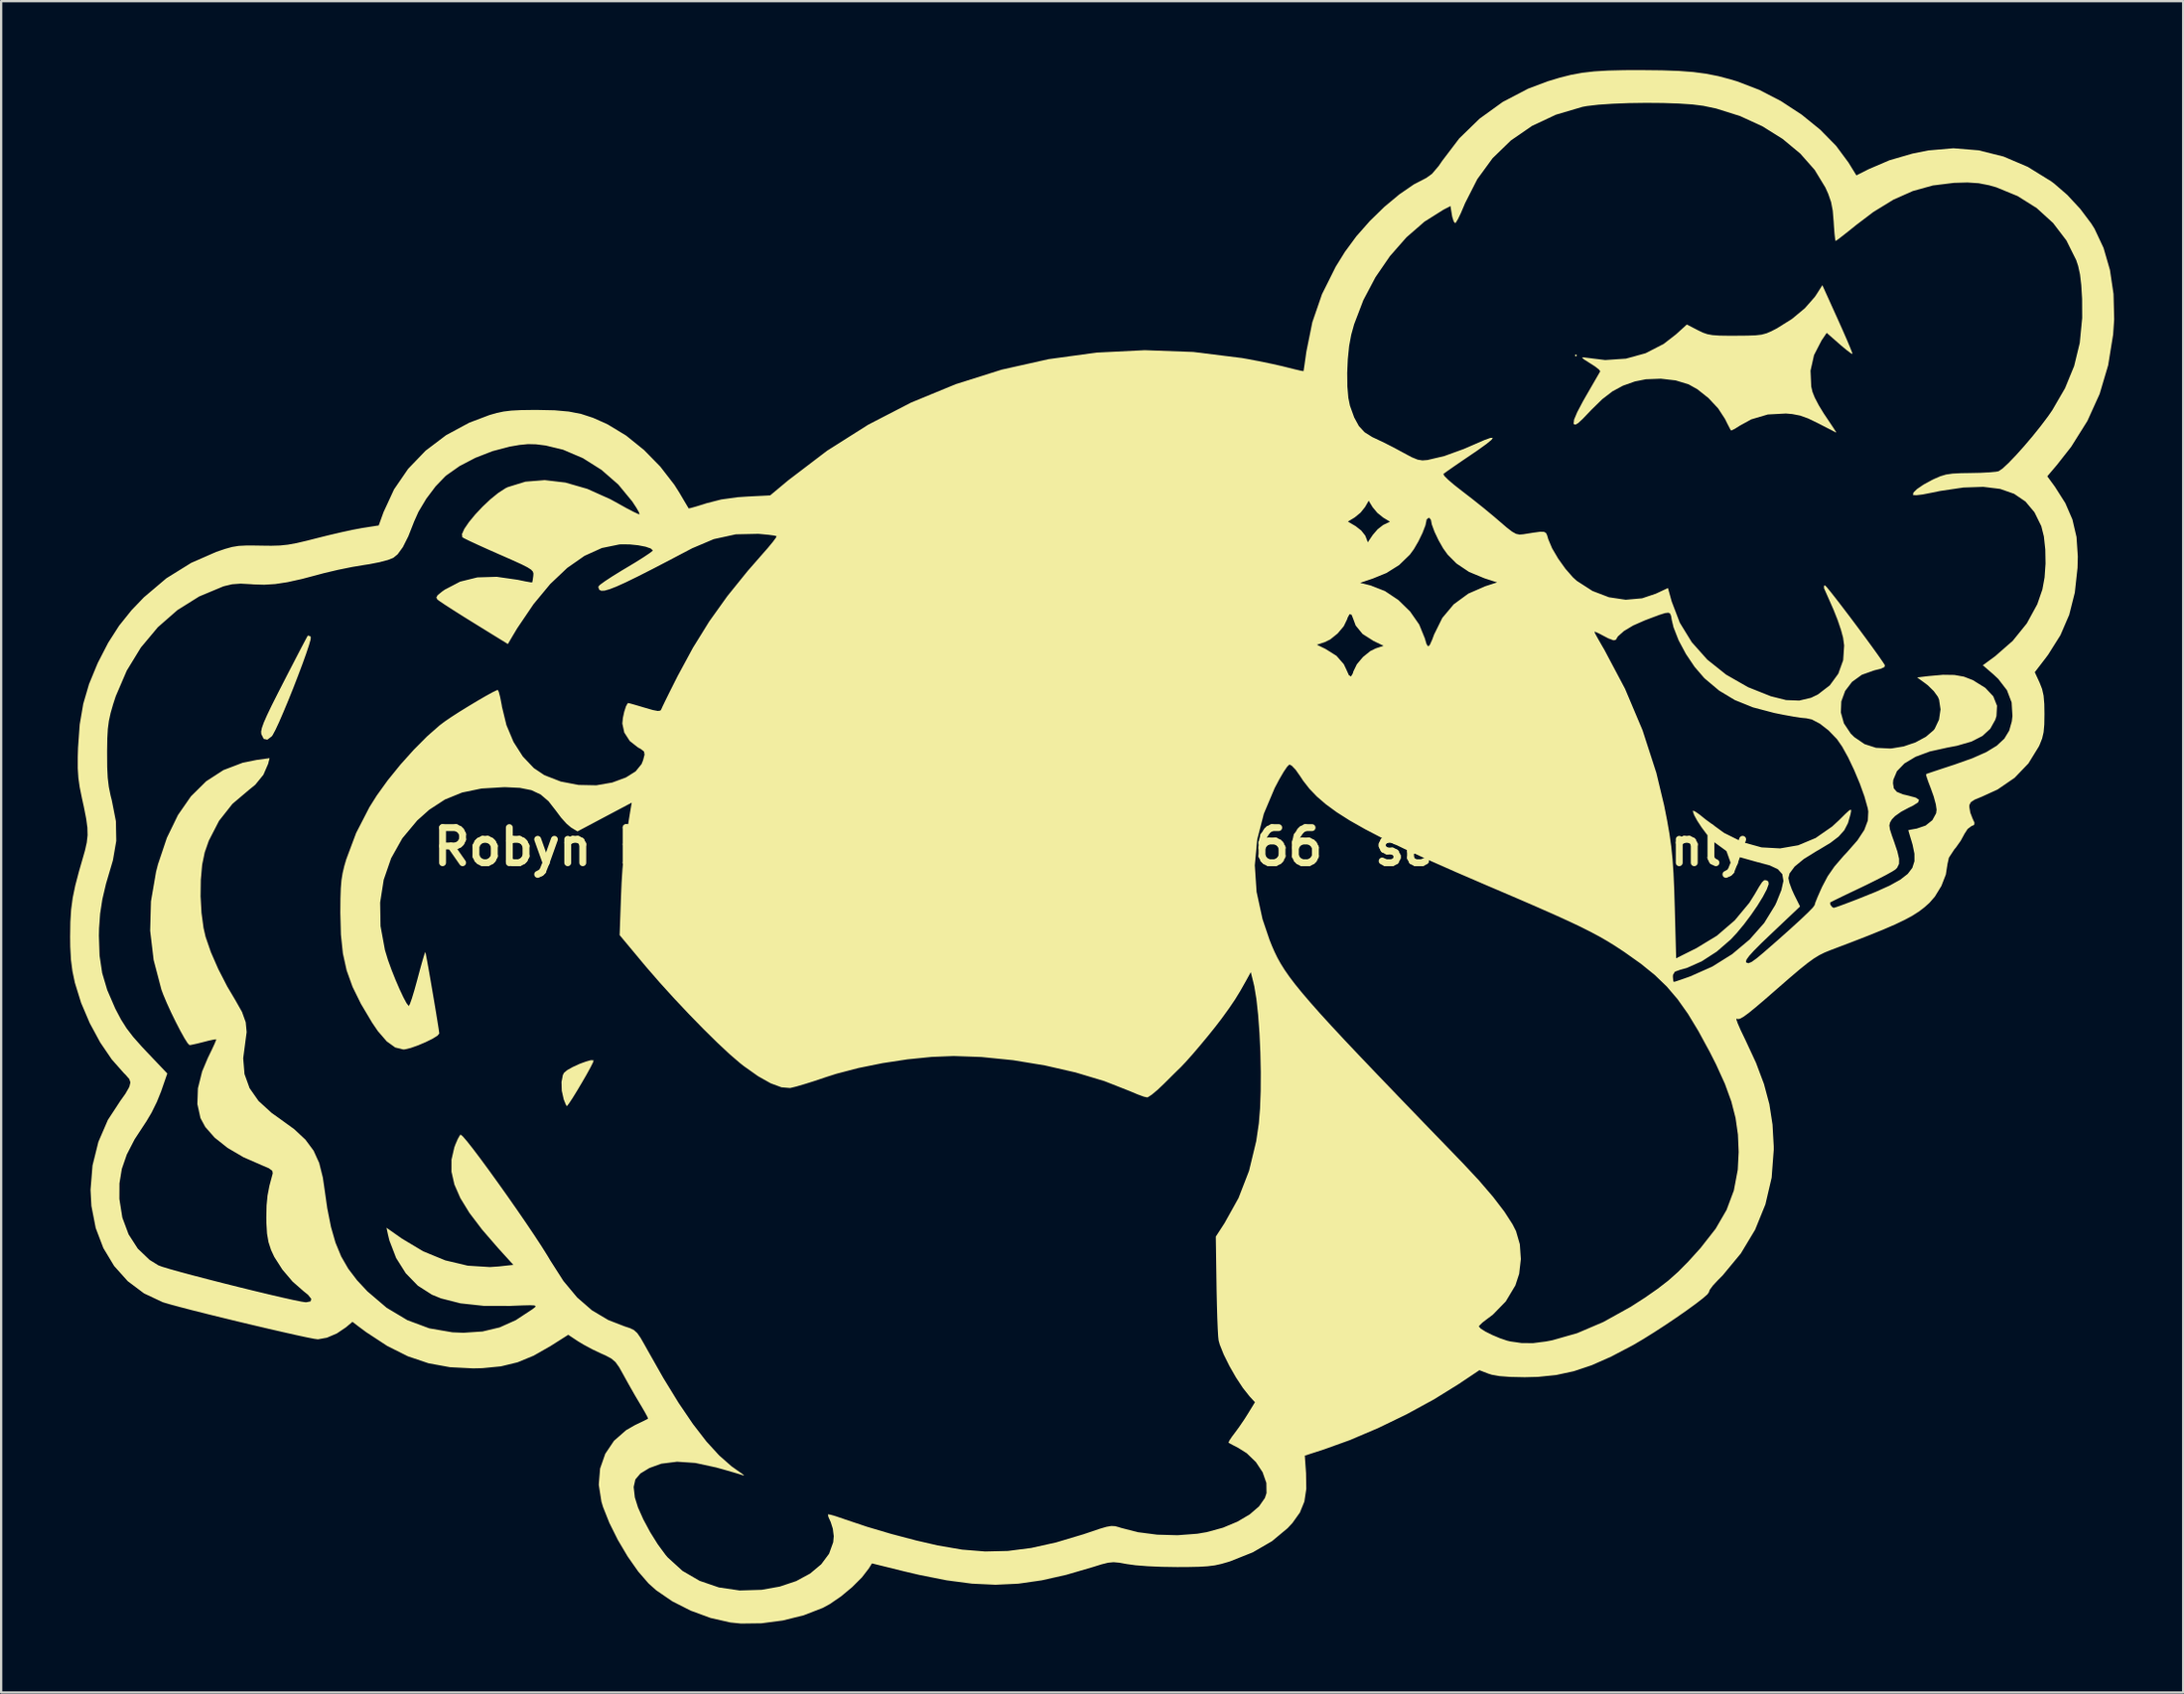
<source format=kicad_pcb>
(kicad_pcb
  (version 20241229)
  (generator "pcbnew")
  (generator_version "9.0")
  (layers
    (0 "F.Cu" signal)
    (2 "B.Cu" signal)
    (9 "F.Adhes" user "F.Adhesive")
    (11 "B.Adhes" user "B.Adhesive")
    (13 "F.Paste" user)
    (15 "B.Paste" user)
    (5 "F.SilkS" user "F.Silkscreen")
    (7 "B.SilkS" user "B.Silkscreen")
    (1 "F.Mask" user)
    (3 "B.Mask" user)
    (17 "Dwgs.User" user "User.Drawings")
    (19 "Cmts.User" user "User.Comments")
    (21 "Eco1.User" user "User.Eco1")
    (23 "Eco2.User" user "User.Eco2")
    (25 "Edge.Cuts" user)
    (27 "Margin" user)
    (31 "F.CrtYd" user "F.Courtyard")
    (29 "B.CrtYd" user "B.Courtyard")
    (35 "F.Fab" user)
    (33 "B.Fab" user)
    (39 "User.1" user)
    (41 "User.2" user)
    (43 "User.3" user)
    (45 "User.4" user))
  (footprint "Robyn Edit Silkscreen 3.5 x 2.66  selection only"
    (layer "F.Cu")
    (at 44.389 33.781)
    (property "Reference" "Robyn Edit Silkscreen 3.5 x 2.66  selection only" (at 0 0 0) (layer "F.SilkS") (effects (font (size 1.524 1.524) (thickness 0.3))))
    (attr board_only exclude_from_pos_files exclude_from_bom)
    (fp_poly (pts (xy 21.135 -21.372) (xy 21.088 -21.325) (xy 21.04 -21.372) (xy 21.088 -21.419)) (stroke (width 0) (type solid)) (fill yes) (layer "F.SilkS"))
    (fp_poly (pts (xy -21.63 9.284) (xy -21.625 9.293) (xy -21.661 9.395) (xy -21.774 9.617) (xy -21.941 9.92) (xy -22.14 10.264) (xy -22.346 10.611) (xy -22.537 10.92) (xy -22.69 11.153) (xy -22.781 11.271) (xy -22.793 11.278) (xy -22.84 11.199) (xy -22.917 11.006) (xy -22.927 10.98) (xy -23.01 10.61) (xy -23.023 10.235) (xy -22.965 9.928) (xy -22.912 9.826) (xy -22.774 9.711) (xy -22.537 9.578) (xy -22.253 9.447) (xy -21.973 9.341) (xy -21.748 9.279)) (stroke (width 0) (type solid)) (fill yes) (layer "F.SilkS"))
    (fp_poly (pts (xy -33.971 -9.17) (xy -33.924 -9.131) (xy -33.932 -9.021) (xy -34.004 -8.767) (xy -34.127 -8.398) (xy -34.29 -7.944) (xy -34.482 -7.434) (xy -34.69 -6.898) (xy -34.904 -6.365) (xy -35.112 -5.866) (xy -35.301 -5.429) (xy -35.462 -5.084) (xy -35.581 -4.862) (xy -35.617 -4.81) (xy -35.813 -4.661) (xy -35.972 -4.695) (xy -36.076 -4.903) (xy -36.083 -5.015) (xy -36.05 -5.175) (xy -35.969 -5.404) (xy -35.829 -5.723) (xy -35.623 -6.153) (xy -35.34 -6.715) (xy -35.116 -7.153) (xy -34.826 -7.716) (xy -34.565 -8.22) (xy -34.345 -8.643) (xy -34.179 -8.959) (xy -34.079 -9.146) (xy -34.056 -9.187)) (stroke (width 0) (type solid)) (fill yes) (layer "F.SilkS"))
    (fp_poly (pts (xy 32.476 -22.947) (xy 32.694 -22.461) (xy 32.879 -22.038) (xy 33.018 -21.706) (xy 33.1 -21.495) (xy 33.116 -21.432) (xy 33.036 -21.472) (xy 32.852 -21.612) (xy 32.599 -21.823) (xy 32.54 -21.875) (xy 31.995 -22.353) (xy 31.773 -22.026) (xy 31.443 -21.386) (xy 31.291 -20.71) (xy 31.321 -20.024) (xy 31.376 -19.786) (xy 31.477 -19.535) (xy 31.654 -19.197) (xy 31.871 -18.841) (xy 31.905 -18.791) (xy 32.144 -18.434) (xy 32.296 -18.206) (xy 32.378 -18.079) (xy 32.407 -18.027) (xy 32.402 -18.019) (xy 32.395 -18.022) (xy 32.304 -18.069) (xy 32.083 -18.183) (xy 31.774 -18.342) (xy 31.617 -18.423) (xy 31.185 -18.631) (xy 30.835 -18.756) (xy 30.491 -18.822) (xy 30.219 -18.845) (xy 29.435 -18.803) (xy 28.712 -18.59) (xy 28.218 -18.318) (xy 28 -18.181) (xy 27.856 -18.112) (xy 27.829 -18.112) (xy 27.774 -18.211) (xy 27.663 -18.427) (xy 27.575 -18.605) (xy 27.275 -19.066) (xy 26.854 -19.517) (xy 26.374 -19.899) (xy 25.989 -20.115) (xy 25.43 -20.285) (xy 24.783 -20.36) (xy 24.128 -20.335) (xy 23.652 -20.24) (xy 23.134 -20.056) (xy 22.677 -19.809) (xy 22.234 -19.468) (xy 21.754 -18.999) (xy 21.686 -18.926) (xy 21.388 -18.614) (xy 21.189 -18.43) (xy 21.068 -18.359) (xy 21.003 -18.383) (xy 20.989 -18.409) (xy 21.009 -18.58) (xy 21.143 -18.899) (xy 21.388 -19.364) (xy 21.518 -19.593) (xy 21.747 -19.989) (xy 21.941 -20.324) (xy 22.081 -20.565) (xy 22.146 -20.679) (xy 22.147 -20.681) (xy 22.092 -20.76) (xy 21.912 -20.899) (xy 21.683 -21.045) (xy 21.44 -21.199) (xy 21.353 -21.282) (xy 21.423 -21.288) (xy 22.362 -21.172) (xy 23.266 -21.233) (xy 24.119 -21.468) (xy 24.902 -21.871) (xy 25.443 -22.29) (xy 25.913 -22.717) (xy 26.389 -22.471) (xy 26.603 -22.367) (xy 26.802 -22.298) (xy 27.03 -22.256) (xy 27.332 -22.235) (xy 27.753 -22.229) (xy 28.052 -22.23) (xy 28.549 -22.234) (xy 28.904 -22.247) (xy 29.164 -22.277) (xy 29.376 -22.334) (xy 29.588 -22.425) (xy 29.835 -22.553) (xy 30.481 -22.957) (xy 31.043 -23.424) (xy 31.475 -23.915) (xy 31.557 -24.036) (xy 31.806 -24.428)) (stroke (width 0) (type solid)) (fill yes) (layer "F.SilkS"))
    (fp_poly (pts (xy 24.822 -33.772) (xy 25.563 -33.746) (xy 26.194 -33.698) (xy 26.752 -33.624) (xy 27.277 -33.52) (xy 27.808 -33.38) (xy 28.101 -33.292) (xy 29.063 -32.923) (xy 30.008 -32.433) (xy 30.904 -31.847) (xy 31.714 -31.19) (xy 32.404 -30.488) (xy 32.938 -29.767) (xy 33.286 -29.204) (xy 33.821 -29.474) (xy 34.723 -29.86) (xy 35.721 -30.15) (xy 36.405 -30.288) (xy 37.505 -30.383) (xy 38.604 -30.293) (xy 39.687 -30.022) (xy 40.74 -29.573) (xy 41.748 -28.95) (xy 41.877 -28.855) (xy 42.458 -28.352) (xy 43.02 -27.746) (xy 43.498 -27.111) (xy 43.642 -26.882) (xy 44.034 -26.046) (xy 44.311 -25.089) (xy 44.467 -24.044) (xy 44.495 -22.945) (xy 44.451 -22.288) (xy 44.233 -20.944) (xy 43.863 -19.696) (xy 43.33 -18.522) (xy 42.625 -17.398) (xy 42.008 -16.612) (xy 41.587 -16.116) (xy 41.917 -15.664) (xy 42.371 -14.95) (xy 42.68 -14.236) (xy 42.857 -13.476) (xy 42.914 -12.625) (xy 42.901 -12.131) (xy 42.783 -11.054) (xy 42.54 -10.091) (xy 42.158 -9.205) (xy 41.625 -8.358) (xy 41.509 -8.203) (xy 41.043 -7.595) (xy 41.254 -7.138) (xy 41.361 -6.865) (xy 41.426 -6.576) (xy 41.457 -6.212) (xy 41.464 -5.781) (xy 41.457 -5.321) (xy 41.427 -4.987) (xy 41.364 -4.715) (xy 41.256 -4.442) (xy 41.217 -4.36) (xy 40.766 -3.627) (xy 40.165 -3.001) (xy 39.426 -2.494) (xy 38.74 -2.18) (xy 38.432 -2.053) (xy 38.266 -1.946) (xy 38.201 -1.824) (xy 38.195 -1.742) (xy 38.239 -1.486) (xy 38.336 -1.234) (xy 38.423 -1.043) (xy 38.405 -0.951) (xy 38.287 -0.9) (xy 38.122 -0.775) (xy 37.978 -0.553) (xy 37.968 -0.531) (xy 37.822 -0.263) (xy 37.613 0.031) (xy 37.543 0.114) (xy 37.308 0.472) (xy 37.247 0.743) (xy 37.175 1.204) (xy 36.981 1.702) (xy 36.697 2.167) (xy 36.466 2.432) (xy 36.248 2.628) (xy 36.009 2.811) (xy 35.729 2.99) (xy 35.389 3.175) (xy 34.969 3.376) (xy 34.448 3.601) (xy 33.807 3.861) (xy 33.025 4.165) (xy 32.145 4.499) (xy 31.9 4.599) (xy 31.671 4.713) (xy 31.433 4.859) (xy 31.158 5.058) (xy 30.823 5.327) (xy 30.4 5.686) (xy 29.864 6.152) (xy 29.837 6.176) (xy 29.307 6.638) (xy 28.898 6.986) (xy 28.595 7.232) (xy 28.378 7.39) (xy 28.231 7.473) (xy 28.135 7.493) (xy 28.08 7.47) (xy 28.065 7.502) (xy 28.125 7.675) (xy 28.249 7.962) (xy 28.428 8.335) (xy 28.455 8.39) (xy 28.922 9.396) (xy 29.267 10.315) (xy 29.502 11.194) (xy 29.639 12.079) (xy 29.691 13.018) (xy 29.692 13.174) (xy 29.601 14.387) (xy 29.33 15.549) (xy 28.882 16.652) (xy 28.262 17.684) (xy 27.473 18.637) (xy 27.262 18.849) (xy 27.046 19.081) (xy 26.906 19.272) (xy 26.873 19.37) (xy 26.811 19.46) (xy 26.614 19.633) (xy 26.308 19.87) (xy 25.918 20.154) (xy 25.47 20.467) (xy 24.989 20.791) (xy 24.502 21.108) (xy 24.033 21.401) (xy 23.609 21.651) (xy 23.552 21.683) (xy 22.618 22.174) (xy 21.78 22.545) (xy 20.996 22.807) (xy 20.226 22.973) (xy 19.43 23.054) (xy 18.86 23.068) (xy 18.237 23.055) (xy 17.771 23.02) (xy 17.432 22.96) (xy 17.284 22.913) (xy 16.892 22.762) (xy 15.984 23.37) (xy 14.914 24.033) (xy 13.725 24.682) (xy 12.48 25.284) (xy 11.242 25.81) (xy 10.123 26.212) (xy 9.3 26.478) (xy 9.354 27.245) (xy 9.365 27.922) (xy 9.281 28.476) (xy 9.086 28.954) (xy 8.764 29.406) (xy 8.553 29.633) (xy 7.872 30.201) (xy 7.037 30.684) (xy 6.069 31.07) (xy 5.971 31.102) (xy 5.67 31.188) (xy 5.388 31.25) (xy 5.079 31.289) (xy 4.701 31.312) (xy 4.21 31.322) (xy 3.744 31.324) (xy 3.079 31.314) (xy 2.462 31.287) (xy 1.939 31.246) (xy 1.562 31.194) (xy 1.233 31.135) (xy 0.984 31.113) (xy 0.749 31.135) (xy 0.463 31.206) (xy 0.093 31.321) (xy -1.069 31.661) (xy -2.138 31.902) (xy -3.152 32.047) (xy -4.151 32.094) (xy -5.176 32.046) (xy -6.267 31.903) (xy -7.463 31.666) (xy -8.12 31.511) (xy -9.522 31.165) (xy -9.66 31.386) (xy -9.96 31.775) (xy -10.379 32.194) (xy -10.863 32.597) (xy -11.357 32.936) (xy -11.665 33.103) (xy -12.489 33.422) (xy -13.399 33.648) (xy -14.33 33.771) (xy -15.22 33.782) (xy -15.682 33.734) (xy -16.544 33.537) (xy -17.402 33.222) (xy -18.205 32.814) (xy -18.901 32.336) (xy -19.239 32.035) (xy -19.689 31.515) (xy -20.145 30.865) (xy -20.573 30.143) (xy -20.941 29.405) (xy -21.217 28.709) (xy -21.286 28.48) (xy -21.402 27.742) (xy -21.344 27.041) (xy -21.119 26.397) (xy -20.74 25.833) (xy -20.214 25.372) (xy -19.829 25.151) (xy -19.544 25.014) (xy -19.337 24.913) (xy -19.258 24.872) (xy -19.289 24.788) (xy -19.399 24.585) (xy -19.564 24.302) (xy -19.596 24.249) (xy -19.836 23.844) (xy -20.102 23.376) (xy -20.323 22.976) (xy -20.515 22.633) (xy -20.674 22.411) (xy -20.853 22.258) (xy -21.102 22.124) (xy -21.287 22.042) (xy -21.676 21.858) (xy -22.065 21.649) (xy -22.31 21.501) (xy -22.729 21.223) (xy -23.498 21.711) (xy -24.234 22.131) (xy -24.933 22.42) (xy -25.656 22.595) (xy -26.466 22.674) (xy -26.869 22.683) (xy -27.873 22.632) (xy -28.806 22.461) (xy -29.702 22.158) (xy -30.595 21.711) (xy -31.518 21.107) (xy -31.86 20.852) (xy -32.111 20.658) (xy -32.396 20.898) (xy -32.792 21.165) (xy -33.222 21.349) (xy -33.612 21.419) (xy -33.616 21.419) (xy -33.778 21.397) (xy -34.096 21.335) (xy -34.546 21.238) (xy -35.098 21.114) (xy -35.728 20.969) (xy -36.407 20.809) (xy -37.11 20.641) (xy -37.809 20.471) (xy -38.479 20.306) (xy -39.091 20.152) (xy -39.621 20.014) (xy -40.039 19.901) (xy -40.321 19.818) (xy -40.37 19.801) (xy -41.178 19.421) (xy -41.884 18.891) (xy -42.476 18.23) (xy -42.944 17.452) (xy -43.277 16.577) (xy -43.464 15.619) (xy -43.502 14.921) (xy -43.415 13.857) (xy -43.16 12.832) (xy -42.748 11.877) (xy -42.189 11.022) (xy -42.177 11.007) (xy -41.985 10.738) (xy -41.838 10.481) (xy -41.808 10.414) (xy -41.769 10.245) (xy -41.817 10.099) (xy -41.979 9.913) (xy -42.049 9.845) (xy -42.579 9.246) (xy -43.083 8.505) (xy -43.536 7.669) (xy -43.912 6.785) (xy -44.182 5.912) (xy -44.288 5.412) (xy -44.353 4.913) (xy -44.384 4.345) (xy -44.389 3.886) (xy -44.388 3.863) (xy -43.137 3.863) (xy -43.109 4.728) (xy -42.994 5.492) (xy -42.775 6.228) (xy -42.437 7.012) (xy -42.401 7.085) (xy -42.173 7.516) (xy -41.935 7.892) (xy -41.65 8.264) (xy -41.277 8.685) (xy -41.066 8.91) (xy -40.164 9.858) (xy -40.434 10.639) (xy -40.618 11.093) (xy -40.849 11.563) (xy -41.082 11.955) (xy -41.106 11.989) (xy -41.586 12.723) (xy -41.926 13.383) (xy -42.141 14.008) (xy -42.244 14.636) (xy -42.247 15.306) (xy -42.246 15.321) (xy -42.118 16.128) (xy -41.848 16.853) (xy -41.449 17.473) (xy -40.934 17.966) (xy -40.554 18.202) (xy -40.383 18.265) (xy -40.056 18.364) (xy -39.601 18.491) (xy -39.046 18.64) (xy -38.419 18.803) (xy -37.748 18.975) (xy -37.06 19.147) (xy -36.383 19.313) (xy -35.745 19.466) (xy -35.175 19.599) (xy -34.699 19.705) (xy -34.347 19.777) (xy -34.144 19.808) (xy -34.127 19.808) (xy -33.932 19.769) (xy -33.906 19.657) (xy -34.048 19.48) (xy -34.234 19.331) (xy -34.715 18.91) (xy -35.159 18.388) (xy -35.514 17.833) (xy -35.653 17.534) (xy -35.764 17.191) (xy -35.828 16.821) (xy -35.855 16.359) (xy -35.858 16.112) (xy -35.847 15.598) (xy -35.806 15.167) (xy -35.722 14.733) (xy -35.582 14.21) (xy -35.579 14.201) (xy -35.599 14.09) (xy -35.745 13.981) (xy -36.046 13.852) (xy -36.061 13.846) (xy -36.855 13.498) (xy -37.543 13.094) (xy -38.103 12.65) (xy -38.513 12.184) (xy -38.722 11.797) (xy -38.857 11.186) (xy -38.833 10.503) (xy -38.651 9.772) (xy -38.402 9.183) (xy -38.234 8.838) (xy -38.108 8.565) (xy -38.041 8.402) (xy -38.036 8.373) (xy -38.133 8.381) (xy -38.359 8.429) (xy -38.578 8.485) (xy -38.88 8.561) (xy -39.112 8.611) (xy -39.197 8.624) (xy -39.278 8.543) (xy -39.417 8.325) (xy -39.596 8.005) (xy -39.795 7.62) (xy -39.998 7.205) (xy -40.185 6.796) (xy -40.339 6.429) (xy -40.421 6.208) (xy -40.759 4.92) (xy -40.91 3.646) (xy -40.875 2.373) (xy -40.654 1.086) (xy -40.569 0.758) (xy -40.182 -0.393) (xy -39.704 -1.378) (xy -39.135 -2.198) (xy -38.474 -2.851) (xy -37.723 -3.338) (xy -36.88 -3.659) (xy -36.282 -3.779) (xy -35.717 -3.856) (xy -35.779 -3.61) (xy -35.985 -3.135) (xy -36.339 -2.7) (xy -36.616 -2.474) (xy -37.331 -1.869) (xy -37.914 -1.13) (xy -38.358 -0.268) (xy -38.537 0.241) (xy -38.648 0.776) (xy -38.707 1.433) (xy -38.717 2.151) (xy -38.677 2.87) (xy -38.588 3.528) (xy -38.499 3.913) (xy -38.269 4.579) (xy -37.945 5.32) (xy -37.56 6.069) (xy -37.209 6.661) (xy -36.914 7.181) (xy -36.753 7.629) (xy -36.713 8.056) (xy -36.762 8.426) (xy -36.863 9.198) (xy -36.806 9.883) (xy -36.586 10.496) (xy -36.195 11.054) (xy -35.625 11.574) (xy -35.296 11.808) (xy -34.647 12.278) (xy -34.158 12.735) (xy -33.803 13.213) (xy -33.559 13.75) (xy -33.401 14.381) (xy -33.348 14.738) (xy -33.209 15.712) (xy -33.047 16.529) (xy -32.849 17.219) (xy -32.603 17.815) (xy -32.295 18.348) (xy -31.913 18.85) (xy -31.462 19.334) (xy -30.623 20.049) (xy -29.726 20.585) (xy -28.773 20.941) (xy -27.766 21.115) (xy -27.282 21.134) (xy -26.453 21.078) (xy -25.713 20.901) (xy -25.009 20.585) (xy -24.289 20.112) (xy -24.262 20.092) (xy -24.172 20.02) (xy -24.145 19.972) (xy -24.206 19.946) (xy -24.377 19.937) (xy -24.685 19.944) (xy -25.153 19.962) (xy -25.258 19.967) (xy -26.41 19.964) (xy -27.414 19.855) (xy -28.265 19.638) (xy -28.657 19.478) (xy -29.269 19.087) (xy -29.795 18.546) (xy -30.213 17.883) (xy -30.504 17.125) (xy -30.563 16.885) (xy -30.632 16.567) (xy -29.953 17.044) (xy -29.035 17.593) (xy -28.074 17.987) (xy -27.098 18.218) (xy -26.135 18.278) (xy -25.756 18.252) (xy -25.116 18.182) (xy -25.785 17.445) (xy -26.481 16.64) (xy -27.025 15.923) (xy -27.422 15.276) (xy -27.681 14.684) (xy -27.807 14.131) (xy -27.806 13.602) (xy -27.686 13.08) (xy -27.643 12.961) (xy -27.533 12.706) (xy -27.441 12.545) (xy -27.406 12.516) (xy -27.312 12.595) (xy -27.127 12.81) (xy -26.867 13.14) (xy -26.547 13.564) (xy -26.182 14.06) (xy -25.787 14.608) (xy -25.377 15.185) (xy -24.967 15.771) (xy -24.573 16.345) (xy -24.21 16.884) (xy -23.892 17.369) (xy -23.635 17.778) (xy -23.507 17.993) (xy -22.939 18.882) (xy -22.342 19.598) (xy -21.697 20.159) (xy -20.984 20.582) (xy -20.282 20.854) (xy -20.043 20.933) (xy -19.871 21.018) (xy -19.73 21.145) (xy -19.586 21.351) (xy -19.402 21.671) (xy -19.299 21.857) (xy -18.589 23.11) (xy -17.927 24.189) (xy -17.307 25.103) (xy -16.722 25.861) (xy -16.166 26.469) (xy -15.634 26.938) (xy -15.378 27.12) (xy -15.171 27.263) (xy -15.081 27.341) (xy -15.117 27.34) (xy -15.284 27.285) (xy -15.587 27.195) (xy -15.978 27.082) (xy -16.301 26.992) (xy -17.206 26.796) (xy -17.996 26.742) (xy -18.683 26.829) (xy -19.202 27.018) (xy -19.59 27.254) (xy -19.81 27.514) (xy -19.884 27.842) (xy -19.834 28.284) (xy -19.831 28.301) (xy -19.696 28.731) (xy -19.465 29.25) (xy -19.168 29.803) (xy -18.834 30.337) (xy -18.494 30.799) (xy -18.399 30.909) (xy -17.762 31.489) (xy -17.015 31.924) (xy -16.179 32.21) (xy -15.273 32.342) (xy -14.318 32.313) (xy -13.529 32.172) (xy -12.818 31.935) (xy -12.211 31.606) (xy -11.728 31.203) (xy -11.387 30.744) (xy -11.208 30.245) (xy -11.184 29.982) (xy -11.224 29.658) (xy -11.318 29.362) (xy -11.328 29.343) (xy -11.416 29.146) (xy -11.438 29.035) (xy -11.435 29.032) (xy -11.336 29.045) (xy -11.104 29.111) (xy -10.786 29.218) (xy -10.699 29.249) (xy -9.745 29.569) (xy -8.684 29.883) (xy -7.594 30.17) (xy -6.658 30.385) (xy -5.605 30.565) (xy -4.602 30.646) (xy -3.611 30.623) (xy -2.594 30.493) (xy -1.513 30.253) (xy -0.329 29.899) (xy -0.047 29.804) (xy 0.38 29.66) (xy 0.675 29.574) (xy 0.884 29.538) (xy 1.051 29.546) (xy 1.225 29.592) (xy 1.294 29.616) (xy 2.036 29.807) (xy 2.883 29.916) (xy 3.769 29.94) (xy 4.626 29.875) (xy 5.041 29.804) (xy 5.742 29.612) (xy 6.37 29.35) (xy 6.9 29.037) (xy 7.307 28.688) (xy 7.564 28.321) (xy 7.635 28.107) (xy 7.628 27.664) (xy 7.465 27.201) (xy 7.172 26.757) (xy 6.774 26.373) (xy 6.404 26.14) (xy 6.166 26.017) (xy 6.01 25.932) (xy 5.983 25.914) (xy 6.016 25.829) (xy 6.137 25.647) (xy 6.231 25.523) (xy 6.445 25.232) (xy 6.686 24.877) (xy 6.823 24.659) (xy 7.132 24.156) (xy 6.898 23.901) (xy 6.612 23.541) (xy 6.309 23.081) (xy 6.02 22.575) (xy 5.774 22.079) (xy 5.602 21.647) (xy 5.552 21.466) (xy 5.533 21.29) (xy 5.514 20.955) (xy 5.495 20.496) (xy 5.479 19.942) (xy 5.465 19.326) (xy 5.461 19.066) (xy 5.43 16.952) (xy 5.81 16.366) (xy 6.418 15.273) (xy 6.875 14.091) (xy 7.186 12.804) (xy 7.3 12.027) (xy 7.353 11.379) (xy 7.381 10.622) (xy 7.385 9.797) (xy 7.367 8.944) (xy 7.328 8.104) (xy 7.27 7.318) (xy 7.195 6.626) (xy 7.103 6.069) (xy 7.069 5.924) (xy 6.951 5.45) (xy 6.743 5.829) (xy 6.497 6.264) (xy 6.27 6.635) (xy 6.016 7.011) (xy 5.692 7.459) (xy 5.658 7.504) (xy 5.401 7.839) (xy 5.087 8.23) (xy 4.747 8.639) (xy 4.416 9.027) (xy 4.126 9.353) (xy 3.911 9.58) (xy 3.87 9.62) (xy 3.759 9.727) (xy 3.552 9.931) (xy 3.286 10.196) (xy 3.174 10.307) (xy 2.893 10.573) (xy 2.649 10.777) (xy 2.48 10.888) (xy 2.442 10.899) (xy 2.288 10.862) (xy 2.022 10.764) (xy 1.699 10.628) (xy 1.695 10.626) (xy 0.583 10.189) (xy -0.666 9.813) (xy -2.004 9.507) (xy -3.385 9.28) (xy -4.764 9.141) (xy -5.97 9.099) (xy -6.927 9.137) (xy -7.977 9.243) (xy -9.057 9.407) (xy -10.107 9.619) (xy -11.064 9.869) (xy -11.505 10.01) (xy -11.99 10.174) (xy -12.441 10.316) (xy -12.811 10.425) (xy -13.058 10.485) (xy -13.088 10.49) (xy -13.457 10.459) (xy -13.924 10.286) (xy -14.473 9.977) (xy -15.087 9.542) (xy -15.272 9.396) (xy -15.716 9.014) (xy -16.251 8.513) (xy -16.85 7.923) (xy -17.484 7.273) (xy -18.126 6.591) (xy -18.747 5.906) (xy -19.319 5.248) (xy -19.468 5.071) (xy -20.495 3.838) (xy -20.437 2.227) (xy -20.409 1.556) (xy -20.371 0.969) (xy -20.356 0.805) (xy 7.125 0.805) (xy 7.202 1.956) (xy 7.461 3.144) (xy 7.765 4.041) (xy 7.872 4.31) (xy 7.984 4.566) (xy 8.107 4.819) (xy 8.251 5.077) (xy 8.421 5.349) (xy 8.627 5.645) (xy 8.876 5.973) (xy 9.175 6.341) (xy 9.533 6.76) (xy 9.956 7.238) (xy 10.453 7.783) (xy 11.032 8.405) (xy 11.7 9.112) (xy 12.465 9.914) (xy 13.334 10.819) (xy 14.315 11.837) (xy 15.417 12.976) (xy 16.159 13.743) (xy 16.877 14.512) (xy 17.487 15.224) (xy 17.976 15.863) (xy 18.332 16.415) (xy 18.484 16.713) (xy 18.65 17.285) (xy 18.695 17.929) (xy 18.621 18.57) (xy 18.457 19.073) (xy 18.037 19.774) (xy 17.475 20.35) (xy 17.253 20.516) (xy 17.031 20.685) (xy 16.893 20.819) (xy 16.87 20.862) (xy 16.952 20.955) (xy 17.163 21.087) (xy 17.456 21.233) (xy 17.781 21.37) (xy 18.088 21.475) (xy 18.231 21.51) (xy 18.74 21.583) (xy 19.235 21.584) (xy 19.794 21.512) (xy 20.062 21.46) (xy 21.139 21.154) (xy 22.275 20.669) (xy 23.471 20.006) (xy 24.098 19.602) (xy 24.646 19.22) (xy 25.109 18.862) (xy 25.533 18.485) (xy 25.967 18.047) (xy 26.46 17.502) (xy 26.516 17.439) (xy 27.165 16.61) (xy 27.641 15.79) (xy 27.958 14.945) (xy 28.128 14.043) (xy 28.167 13.269) (xy 28.135 12.513) (xy 28.032 11.793) (xy 27.847 11.072) (xy 27.568 10.308) (xy 27.183 9.462) (xy 26.903 8.909) (xy 26.415 8.013) (xy 25.961 7.263) (xy 25.511 6.628) (xy 25.038 6.074) (xy 24.513 5.569) (xy 23.909 5.081) (xy 23.197 4.576) (xy 23.125 4.528) (xy 22.793 4.31) (xy 22.462 4.105) (xy 22.112 3.903) (xy 21.726 3.697) (xy 21.284 3.475) (xy 20.767 3.23) (xy 20.156 2.952) (xy 19.432 2.632) (xy 18.576 2.261) (xy 17.57 1.83) (xy 17.249 1.693) (xy 15.876 1.101) (xy 14.669 0.567) (xy 13.616 0.082) (xy 12.703 -0.36) (xy 11.92 -0.767) (xy 11.252 -1.146) (xy 10.689 -1.504) (xy 10.218 -1.849) (xy 9.826 -2.187) (xy 9.5 -2.526) (xy 9.229 -2.873) (xy 9.099 -3.071) (xy 8.901 -3.353) (xy 8.73 -3.532) (xy 8.629 -3.578) (xy 8.535 -3.488) (xy 8.38 -3.261) (xy 8.189 -2.933) (xy 7.99 -2.556) (xy 7.519 -1.44) (xy 7.23 -0.324) (xy 7.125 0.805) (xy -20.356 0.805) (xy -20.319 0.41) (xy -20.246 -0.177) (xy -20.146 -0.848) (xy -20.039 -1.506) (xy -19.969 -1.921) (xy -21.148 -1.296) (xy -22.327 -0.67) (xy -22.606 -0.839) (xy -22.801 -1.004) (xy -23.042 -1.271) (xy -23.265 -1.57) (xy -23.589 -1.986) (xy -23.932 -2.278) (xy -24.334 -2.465) (xy -24.835 -2.565) (xy -25.475 -2.595) (xy -25.539 -2.594) (xy -26.505 -2.536) (xy -27.346 -2.361) (xy -28.091 -2.058) (xy -28.772 -1.614) (xy -29.297 -1.146) (xy -29.944 -0.37) (xy -30.43 0.496) (xy -30.753 1.432) (xy -30.908 2.422) (xy -30.891 3.447) (xy -30.699 4.49) (xy -30.568 4.921) (xy -30.414 5.346) (xy -30.24 5.783) (xy -30.063 6.193) (xy -29.899 6.543) (xy -29.764 6.795) (xy -29.674 6.914) (xy -29.662 6.919) (xy -29.613 6.832) (xy -29.53 6.597) (xy -29.423 6.245) (xy -29.303 5.813) (xy -29.282 5.733) (xy -29.164 5.294) (xy -29.063 4.932) (xy -28.987 4.682) (xy -28.947 4.576) (xy -28.944 4.575) (xy -28.921 4.671) (xy -28.874 4.919) (xy -28.808 5.282) (xy -28.73 5.727) (xy -28.646 6.216) (xy -28.561 6.715) (xy -28.482 7.187) (xy -28.415 7.599) (xy -28.365 7.913) (xy -28.34 8.095) (xy -28.338 8.121) (xy -28.42 8.217) (xy -28.634 8.349) (xy -28.931 8.495) (xy -29.261 8.635) (xy -29.577 8.747) (xy -29.83 8.808) (xy -29.9 8.814) (xy -30.253 8.727) (xy -30.621 8.462) (xy -31.007 8.016) (xy -31.258 7.647) (xy -31.745 6.828) (xy -32.108 6.089) (xy -32.365 5.375) (xy -32.529 4.635) (xy -32.615 3.817) (xy -32.64 2.869) (xy -32.64 2.843) (xy -32.635 2.253) (xy -32.62 1.805) (xy -32.591 1.451) (xy -32.541 1.143) (xy -32.467 0.833) (xy -32.381 0.541) (xy -31.951 -0.606) (xy -31.374 -1.726) (xy -31.059 -2.227) (xy -30.577 -2.896) (xy -30.026 -3.576) (xy -29.443 -4.226) (xy -28.864 -4.808) (xy -28.325 -5.281) (xy -28.101 -5.451) (xy -27.818 -5.644) (xy -27.462 -5.873) (xy -27.068 -6.116) (xy -26.672 -6.354) (xy -26.311 -6.563) (xy -26.019 -6.723) (xy -25.834 -6.812) (xy -25.793 -6.824) (xy -25.748 -6.737) (xy -25.689 -6.508) (xy -25.625 -6.181) (xy -25.61 -6.089) (xy -25.416 -5.292) (xy -25.108 -4.562) (xy -24.704 -3.929) (xy -24.224 -3.424) (xy -23.768 -3.118) (xy -23.055 -2.84) (xy -22.282 -2.691) (xy -21.508 -2.676) (xy -20.818 -2.796) (xy -20.221 -3.017) (xy -19.798 -3.283) (xy -19.54 -3.601) (xy -19.474 -3.766) (xy -19.411 -4.008) (xy -19.434 -4.146) (xy -19.572 -4.254) (xy -19.696 -4.322) (xy -20.053 -4.602) (xy -20.292 -4.971) (xy -20.377 -5.364) (xy -20.353 -5.606) (xy -20.294 -5.876) (xy -20.218 -6.111) (xy -20.144 -6.244) (xy -20.122 -6.255) (xy -20.015 -6.23) (xy -19.775 -6.162) (xy -19.452 -6.066) (xy -19.401 -6.051) (xy -19.045 -5.949) (xy -18.83 -5.909) (xy -18.72 -5.927) (xy -18.685 -5.977) (xy -18.629 -6.103) (xy -18.502 -6.366) (xy -18.321 -6.733) (xy -18.101 -7.171) (xy -17.967 -7.437) (xy -17.304 -8.664) (xy -17.226 -8.789) (xy 9.826 -8.789) (xy 10.191 -8.612) (xy 10.677 -8.308) (xy 10.996 -7.944) (xy 11.108 -7.708) (xy 11.217 -7.466) (xy 11.308 -7.409) (xy 11.386 -7.538) (xy 11.412 -7.628) (xy 11.562 -7.938) (xy 11.827 -8.254) (xy 12.147 -8.513) (xy 12.386 -8.631) (xy 12.726 -8.743) (xy 12.29 -8.953) (xy 11.812 -9.258) (xy 11.513 -9.624) (xy 11.418 -9.88) (xy 11.337 -10.092) (xy 11.246 -10.12) (xy 11.16 -9.961) (xy 11.145 -9.906) (xy 10.995 -9.595) (xy 10.728 -9.279) (xy 10.407 -9.02) (xy 10.168 -8.902) (xy 9.826 -8.789) (xy -17.226 -8.789) (xy -16.598 -9.802) (xy -15.814 -10.9) (xy -15.344 -11.482) (xy 11.707 -11.482) (xy 12.166 -11.367) (xy 12.785 -11.124) (xy 13.368 -10.735) (xy 13.878 -10.237) (xy 14.274 -9.669) (xy 14.517 -9.075) (xy 14.593 -8.82) (xy 14.659 -8.718) (xy 14.735 -8.778) (xy 14.838 -9.007) (xy 14.925 -9.241) (xy 14.98 -9.351) (xy 21.893 -9.351) (xy 21.938 -9.254) (xy 22.059 -9.034) (xy 22.233 -8.73) (xy 22.321 -8.58) (xy 23.225 -6.876) (xy 23.986 -5.073) (xy 24.588 -3.212) (xy 24.924 -1.809) (xy 25.055 -1.147) (xy 25.156 -0.565) (xy 25.233 -0.018) (xy 25.29 0.539) (xy 25.332 1.151) (xy 25.364 1.864) (xy 25.389 2.685) (xy 25.447 4.848) (xy 26.336 4.403) (xy 27.22 3.865) (xy 27.994 3.2) (xy 28.631 2.433) (xy 28.865 2.061) (xy 29.059 1.728) (xy 29.187 1.533) (xy 29.279 1.45) (xy 29.363 1.451) (xy 29.455 1.502) (xy 29.473 1.618) (xy 29.389 1.85) (xy 29.22 2.171) (xy 28.987 2.55) (xy 28.707 2.958) (xy 28.4 3.368) (xy 28.084 3.749) (xy 27.821 4.03) (xy 27.213 4.557) (xy 26.563 4.978) (xy 25.917 5.266) (xy 25.613 5.351) (xy 25.393 5.43) (xy 25.311 5.566) (xy 25.305 5.647) (xy 25.32 5.821) (xy 25.347 5.876) (xy 25.45 5.846) (xy 25.684 5.767) (xy 26.002 5.655) (xy 26.064 5.632) (xy 27.014 5.211) (xy 27.883 4.668) (xy 28.646 4.027) (xy 29.278 3.31) (xy 29.752 2.538) (xy 29.814 2.405) (xy 30.024 1.88) (xy 30.112 1.483) (xy 30.064 1.188) (xy 29.868 0.971) (xy 29.512 0.805) (xy 28.983 0.664) (xy 28.965 0.66) (xy 28.223 0.452) (xy 27.621 0.174) (xy 27.114 -0.196) (xy 26.967 -0.335) (xy 26.764 -0.565) (xy 26.556 -0.844) (xy 26.369 -1.128) (xy 26.233 -1.374) (xy 26.175 -1.537) (xy 26.182 -1.572) (xy 26.271 -1.539) (xy 26.462 -1.407) (xy 26.713 -1.205) (xy 26.726 -1.194) (xy 27.528 -0.608) (xy 28.343 -0.203) (xy 29.16 0.023) (xy 29.967 0.068) (xy 30.755 -0.068) (xy 31.513 -0.384) (xy 32.229 -0.881) (xy 32.53 -1.159) (xy 32.804 -1.431) (xy 32.968 -1.581) (xy 33.044 -1.62) (xy 33.057 -1.561) (xy 33.029 -1.414) (xy 33.028 -1.408) (xy 32.92 -1.031) (xy 32.759 -0.721) (xy 32.514 -0.446) (xy 32.156 -0.173) (xy 31.655 0.129) (xy 31.56 0.182) (xy 30.998 0.53) (xy 30.601 0.857) (xy 30.378 1.158) (xy 30.328 1.357) (xy 30.37 1.558) (xy 30.477 1.852) (xy 30.582 2.084) (xy 30.836 2.594) (xy 29.611 3.754) (xy 29.157 4.188) (xy 28.832 4.514) (xy 28.621 4.747) (xy 28.509 4.903) (xy 28.483 4.999) (xy 28.5 5.031) (xy 28.587 5.063) (xy 28.728 5.007) (xy 28.95 4.848) (xy 29.258 4.59) (xy 29.875 4.051) (xy 30.409 3.575) (xy 30.847 3.175) (xy 31.178 2.861) (xy 31.388 2.646) (xy 31.465 2.54) (xy 31.466 2.537) (xy 31.503 2.417) (xy 31.603 2.171) (xy 31.746 1.847) (xy 31.798 1.733) (xy 32.036 1.281) (xy 32.33 0.857) (xy 32.722 0.401) (xy 32.872 0.242) (xy 33.329 -0.279) (xy 33.629 -0.734) (xy 33.784 -1.145) (xy 33.804 -1.537) (xy 33.779 -1.683) (xy 33.637 -2.187) (xy 33.432 -2.756) (xy 33.187 -3.341) (xy 32.925 -3.892) (xy 32.667 -4.358) (xy 32.44 -4.685) (xy 32.078 -5.06) (xy 31.7 -5.355) (xy 31.348 -5.54) (xy 31.111 -5.591) (xy 30.895 -5.611) (xy 30.546 -5.664) (xy 30.113 -5.742) (xy 29.715 -5.822) (xy 28.787 -6.066) (xy 28.001 -6.383) (xy 27.318 -6.793) (xy 26.698 -7.315) (xy 26.657 -7.355) (xy 26.25 -7.827) (xy 25.872 -8.389) (xy 25.555 -8.982) (xy 25.333 -9.549) (xy 25.257 -9.863) (xy 25.229 -10.031) (xy 25.191 -10.138) (xy 25.114 -10.184) (xy 24.967 -10.167) (xy 24.718 -10.088) (xy 24.337 -9.945) (xy 24.073 -9.844) (xy 23.575 -9.624) (xy 23.179 -9.386) (xy 22.914 -9.151) (xy 22.825 -9.003) (xy 22.727 -8.981) (xy 22.501 -9.065) (xy 22.342 -9.148) (xy 22.096 -9.278) (xy 21.933 -9.349) (xy 21.893 -9.351) (xy 14.98 -9.351) (xy 15.279 -9.956) (xy 15.776 -10.548) (xy 16.411 -11.013) (xy 17.148 -11.334) (xy 17.662 -11.501) (xy 17.115 -11.678) (xy 16.442 -11.956) (xy 15.898 -12.321) (xy 15.511 -12.709) (xy 15.315 -12.982) (xy 15.116 -13.332) (xy 14.942 -13.699) (xy 14.823 -14.022) (xy 14.785 -14.22) (xy 14.713 -14.309) (xy 14.69 -14.311) (xy 14.598 -14.242) (xy 14.596 -14.22) (xy 14.546 -13.983) (xy 14.418 -13.651) (xy 14.239 -13.283) (xy 14.039 -12.94) (xy 13.87 -12.709) (xy 13.402 -12.255) (xy 12.85 -11.909) (xy 12.259 -11.668) (xy 11.707 -11.482) (xy -15.344 -11.482) (xy -14.919 -12.008) (xy -14.33 -12.68) (xy -14.051 -12.998) (xy -13.833 -13.262) (xy -13.699 -13.444) (xy -13.669 -13.511) (xy -13.779 -13.539) (xy -14.029 -13.572) (xy -14.371 -13.604) (xy -14.463 -13.612) (xy -15.444 -13.591) (xy -16.402 -13.382) (xy -17.336 -12.987) (xy -18.274 -12.494) (xy -19.059 -12.086) (xy -19.703 -11.759) (xy -20.222 -11.506) (xy -20.627 -11.323) (xy -20.931 -11.204) (xy -21.149 -11.143) (xy -21.293 -11.137) (xy -21.376 -11.178) (xy -21.412 -11.261) (xy -21.416 -11.326) (xy -21.338 -11.405) (xy -21.125 -11.559) (xy -20.806 -11.768) (xy -20.409 -12.013) (xy -20.233 -12.118) (xy -19.813 -12.37) (xy -19.459 -12.592) (xy -19.2 -12.765) (xy -19.063 -12.869) (xy -19.05 -12.888) (xy -19.137 -12.974) (xy -19.365 -13.053) (xy -19.687 -13.115) (xy -20.055 -13.153) (xy -20.421 -13.157) (xy -20.51 -13.151) (xy -21.267 -12.996) (xy -22.022 -12.655) (xy -22.772 -12.132) (xy -23.513 -11.43) (xy -24.239 -10.553) (xy -24.948 -9.505) (xy -25.147 -9.173) (xy -25.354 -8.82) (xy -26.822 -9.726) (xy -27.301 -10.024) (xy -27.728 -10.294) (xy -28.077 -10.519) (xy -28.317 -10.68) (xy -28.418 -10.755) (xy -28.466 -10.843) (xy -28.407 -10.947) (xy -28.217 -11.102) (xy -28.098 -11.186) (xy -27.433 -11.533) (xy -26.681 -11.719) (xy -25.838 -11.744) (xy -24.927 -11.614) (xy -24.614 -11.549) (xy -24.387 -11.508) (xy -24.297 -11.499) (xy -24.275 -11.593) (xy -24.248 -11.786) (xy -24.242 -11.886) (xy -24.267 -11.972) (xy -24.346 -12.057) (xy -24.503 -12.157) (xy -24.761 -12.288) (xy -25.144 -12.462) (xy -25.676 -12.696) (xy -25.732 -12.72) (xy -26.231 -12.941) (xy -26.671 -13.14) (xy -27.022 -13.303) (xy -27.253 -13.417) (xy -27.333 -13.463) (xy -27.351 -13.6) (xy -27.248 -13.83) (xy -27.047 -14.124) (xy -27.029 -14.146) (xy 11.174 -14.146) (xy 11.512 -13.947) (xy 11.754 -13.757) (xy 11.925 -13.541) (xy 11.945 -13.497) (xy 12.04 -13.246) (xy 12.255 -13.565) (xy 12.465 -13.81) (xy 12.701 -13.994) (xy 12.736 -14.013) (xy 13.003 -14.141) (xy 12.708 -14.32) (xy 12.452 -14.527) (xy 12.247 -14.774) (xy 12.246 -14.776) (xy 12.078 -15.052) (xy 11.92 -14.778) (xy 11.725 -14.535) (xy 11.473 -14.328) (xy 11.469 -14.325) (xy 11.174 -14.146) (xy -27.029 -14.146) (xy -26.774 -14.455) (xy -26.454 -14.795) (xy -26.112 -15.117) (xy -25.772 -15.393) (xy -25.46 -15.595) (xy -25.363 -15.643) (xy -24.59 -15.882) (xy -23.75 -15.949) (xy -22.85 -15.843) (xy -21.899 -15.568) (xy -20.905 -15.123) (xy -20.559 -14.933) (xy -20.194 -14.729) (xy -19.893 -14.572) (xy -19.692 -14.478) (xy -19.627 -14.461) (xy -19.656 -14.553) (xy -19.771 -14.754) (xy -19.947 -15.023) (xy -19.947 -15.023) (xy -20.554 -15.758) (xy -21.282 -16.394) (xy -22.095 -16.906) (xy -22.956 -17.273) (xy -23.712 -17.455) (xy -24.126 -17.507) (xy -24.477 -17.516) (xy -24.851 -17.479) (xy -25.275 -17.406) (xy -26.019 -17.21) (xy -26.766 -16.919) (xy -27.454 -16.56) (xy -28.021 -16.161) (xy -28.077 -16.114) (xy -28.498 -15.676) (xy -28.903 -15.138) (xy -29.241 -14.573) (xy -29.431 -14.148) (xy -29.683 -13.507) (xy -29.919 -13.037) (xy -30.148 -12.722) (xy -30.333 -12.57) (xy -30.564 -12.478) (xy -30.93 -12.381) (xy -31.375 -12.294) (xy -31.593 -12.261) (xy -32.131 -12.171) (xy -32.747 -12.046) (xy -33.337 -11.907) (xy -33.551 -11.85) (xy -34.311 -11.649) (xy -34.936 -11.511) (xy -35.467 -11.43) (xy -35.946 -11.4) (xy -36.413 -11.414) (xy -36.505 -11.422) (xy -36.976 -11.447) (xy -37.345 -11.421) (xy -37.697 -11.337) (xy -37.739 -11.323) (xy -38.777 -10.889) (xy -39.727 -10.294) (xy -40.576 -9.55) (xy -41.312 -8.67) (xy -41.926 -7.666) (xy -42.405 -6.551) (xy -42.518 -6.204) (xy -42.629 -5.817) (xy -42.703 -5.477) (xy -42.749 -5.128) (xy -42.772 -4.713) (xy -42.781 -4.175) (xy -42.781 -4.075) (xy -42.777 -3.474) (xy -42.754 -3.006) (xy -42.707 -2.612) (xy -42.631 -2.236) (xy -42.576 -2.022) (xy -42.398 -1.113) (xy -42.382 -0.259) (xy -42.528 0.585) (xy -42.598 0.824) (xy -42.829 1.607) (xy -42.987 2.281) (xy -43.084 2.906) (xy -43.13 3.542) (xy -43.137 3.863) (xy -44.388 3.863) (xy -44.379 3.262) (xy -44.345 2.725) (xy -44.277 2.218) (xy -44.166 1.684) (xy -44.004 1.066) (xy -43.867 0.59) (xy -43.744 0.159) (xy -43.665 -0.192) (xy -43.63 -0.508) (xy -43.639 -0.837) (xy -43.692 -1.226) (xy -43.789 -1.72) (xy -43.879 -2.132) (xy -43.973 -2.594) (xy -44.03 -2.998) (xy -44.057 -3.414) (xy -44.057 -3.906) (xy -44.045 -4.312) (xy -43.972 -5.324) (xy -43.818 -6.223) (xy -43.568 -7.077) (xy -43.207 -7.952) (xy -43.176 -8.02) (xy -42.732 -8.881) (xy -42.261 -9.616) (xy -41.72 -10.291) (xy -41.182 -10.852) (xy -40.202 -11.682) (xy -39.124 -12.351) (xy -38.036 -12.827) (xy -37.654 -12.957) (xy -37.349 -13.042) (xy -37.058 -13.089) (xy -36.72 -13.106) (xy -36.274 -13.104) (xy -36.103 -13.1) (xy -35.64 -13.095) (xy -35.264 -13.106) (xy -34.917 -13.142) (xy -34.542 -13.21) (xy -34.082 -13.318) (xy -33.686 -13.419) (xy -33.139 -13.555) (xy -32.588 -13.684) (xy -32.092 -13.791) (xy -31.711 -13.863) (xy -31.668 -13.87) (xy -30.97 -13.979) (xy -30.761 -14.557) (xy -30.305 -15.545) (xy -29.691 -16.441) (xy -28.931 -17.231) (xy -28.041 -17.904) (xy -27.032 -18.447) (xy -26.158 -18.777) (xy -25.837 -18.87) (xy -25.533 -18.933) (xy -25.199 -18.973) (xy -24.786 -18.994) (xy -24.244 -19.001) (xy -24.073 -19.001) (xy -23.323 -18.986) (xy -22.706 -18.931) (xy -22.167 -18.826) (xy -21.652 -18.658) (xy -21.105 -18.416) (xy -20.993 -18.36) (xy -20.208 -17.884) (xy -19.437 -17.262) (xy -18.725 -16.536) (xy -18.116 -15.748) (xy -17.896 -15.401) (xy -17.714 -15.092) (xy -17.573 -14.854) (xy -17.498 -14.728) (xy -17.492 -14.718) (xy -17.402 -14.736) (xy -17.175 -14.8) (xy -16.853 -14.899) (xy -16.724 -14.941) (xy -16.079 -15.107) (xy -15.367 -15.206) (xy -14.959 -15.234) (xy -13.949 -15.285) (xy -13.159 -15.944) (xy -11.47 -17.23) (xy -9.687 -18.358) (xy -7.819 -19.323) (xy -5.881 -20.122) (xy -4.328 -20.612) (xy 11.144 -20.612) (xy 11.151 -20.034) (xy 11.193 -19.535) (xy 11.262 -19.192) (xy 11.449 -18.673) (xy 11.652 -18.3) (xy 11.901 -18.031) (xy 12.231 -17.823) (xy 12.364 -17.761) (xy 12.748 -17.579) (xy 13.196 -17.351) (xy 13.595 -17.135) (xy 13.95 -16.945) (xy 14.204 -16.841) (xy 14.414 -16.806) (xy 14.637 -16.824) (xy 14.637 -16.824) (xy 15.363 -16.995) (xy 16.217 -17.305) (xy 16.669 -17.501) (xy 17.1 -17.688) (xy 17.369 -17.785) (xy 17.476 -17.79) (xy 17.419 -17.702) (xy 17.199 -17.521) (xy 16.816 -17.246) (xy 16.534 -17.054) (xy 16.124 -16.776) (xy 15.769 -16.532) (xy 15.5 -16.344) (xy 15.347 -16.233) (xy 15.326 -16.215) (xy 15.367 -16.133) (xy 15.535 -15.965) (xy 15.803 -15.736) (xy 16.133 -15.478) (xy 16.586 -15.128) (xy 17.077 -14.736) (xy 17.532 -14.359) (xy 17.743 -14.178) (xy 18.079 -13.889) (xy 18.315 -13.707) (xy 18.488 -13.611) (xy 18.637 -13.581) (xy 18.802 -13.594) (xy 18.807 -13.595) (xy 19.242 -13.664) (xy 19.525 -13.702) (xy 19.694 -13.701) (xy 19.786 -13.654) (xy 19.836 -13.554) (xy 19.883 -13.394) (xy 19.889 -13.374) (xy 20.054 -12.984) (xy 20.318 -12.535) (xy 20.635 -12.092) (xy 20.961 -11.72) (xy 21.132 -11.565) (xy 21.811 -11.128) (xy 22.527 -10.854) (xy 23.255 -10.746) (xy 23.967 -10.809) (xy 24.558 -11.007) (xy 25.091 -11.256) (xy 25.252 -10.675) (xy 25.607 -9.747) (xy 26.127 -8.9) (xy 26.801 -8.144) (xy 27.621 -7.489) (xy 28.574 -6.944) (xy 29.564 -6.549) (xy 30.227 -6.383) (xy 30.798 -6.361) (xy 31.313 -6.482) (xy 31.612 -6.626) (xy 32.129 -7.024) (xy 32.499 -7.53) (xy 32.711 -8.117) (xy 32.754 -8.758) (xy 32.707 -9.1) (xy 32.614 -9.441) (xy 32.468 -9.869) (xy 32.296 -10.302) (xy 32.263 -10.378) (xy 32.105 -10.735) (xy 31.974 -11.031) (xy 31.89 -11.221) (xy 31.876 -11.255) (xy 31.882 -11.361) (xy 31.918 -11.373) (xy 31.991 -11.301) (xy 32.156 -11.101) (xy 32.393 -10.8) (xy 32.683 -10.424) (xy 33.006 -9.999) (xy 33.342 -9.55) (xy 33.672 -9.105) (xy 33.976 -8.689) (xy 34.236 -8.327) (xy 34.43 -8.047) (xy 34.523 -7.904) (xy 34.508 -7.82) (xy 34.34 -7.743) (xy 34.067 -7.676) (xy 33.523 -7.483) (xy 33.096 -7.174) (xy 32.796 -6.779) (xy 32.631 -6.326) (xy 32.61 -5.847) (xy 32.743 -5.371) (xy 33.038 -4.927) (xy 33.197 -4.771) (xy 33.641 -4.468) (xy 34.139 -4.308) (xy 34.738 -4.277) (xy 34.821 -4.281) (xy 35.343 -4.368) (xy 35.857 -4.544) (xy 36.308 -4.786) (xy 36.637 -5.067) (xy 36.689 -5.132) (xy 36.878 -5.532) (xy 36.944 -5.981) (xy 36.88 -6.403) (xy 36.828 -6.526) (xy 36.652 -6.77) (xy 36.396 -7.021) (xy 36.299 -7.097) (xy 35.927 -7.367) (xy 36.421 -7.426) (xy 37.05 -7.482) (xy 37.546 -7.475) (xy 37.958 -7.402) (xy 38.335 -7.257) (xy 38.361 -7.244) (xy 38.893 -6.914) (xy 39.239 -6.544) (xy 39.401 -6.136) (xy 39.377 -5.69) (xy 39.326 -5.527) (xy 39.107 -5.134) (xy 38.768 -4.822) (xy 38.292 -4.579) (xy 37.66 -4.396) (xy 37.234 -4.315) (xy 36.482 -4.148) (xy 35.858 -3.916) (xy 35.376 -3.627) (xy 35.049 -3.29) (xy 34.891 -2.915) (xy 34.878 -2.767) (xy 34.913 -2.543) (xy 35.044 -2.392) (xy 35.306 -2.284) (xy 35.541 -2.228) (xy 35.868 -2.14) (xy 36.01 -2.045) (xy 35.968 -1.932) (xy 35.742 -1.788) (xy 35.556 -1.698) (xy 35.232 -1.525) (xy 34.963 -1.334) (xy 34.827 -1.193) (xy 34.748 -1.057) (xy 34.719 -0.928) (xy 34.746 -0.754) (xy 34.832 -0.485) (xy 34.913 -0.259) (xy 35.067 0.196) (xy 35.142 0.516) (xy 35.14 0.74) (xy 35.062 0.903) (xy 34.991 0.979) (xy 34.848 1.072) (xy 34.567 1.228) (xy 34.184 1.426) (xy 33.733 1.65) (xy 33.498 1.763) (xy 33.041 1.981) (xy 32.648 2.17) (xy 32.349 2.316) (xy 32.175 2.404) (xy 32.143 2.422) (xy 32.151 2.513) (xy 32.235 2.622) (xy 32.301 2.653) (xy 32.41 2.621) (xy 32.658 2.533) (xy 33.004 2.403) (xy 33.338 2.275) (xy 34.12 1.961) (xy 34.733 1.684) (xy 35.195 1.428) (xy 35.518 1.177) (xy 35.718 0.915) (xy 35.81 0.627) (xy 35.809 0.297) (xy 35.729 -0.092) (xy 35.684 -0.246) (xy 35.604 -0.511) (xy 35.553 -0.685) (xy 35.542 -0.722) (xy 35.624 -0.743) (xy 35.831 -0.78) (xy 35.905 -0.792) (xy 36.292 -0.923) (xy 36.588 -1.158) (xy 36.752 -1.458) (xy 36.773 -1.614) (xy 36.738 -1.855) (xy 36.646 -2.193) (xy 36.527 -2.526) (xy 36.41 -2.832) (xy 36.333 -3.059) (xy 36.313 -3.161) (xy 36.314 -3.162) (xy 36.411 -3.198) (xy 36.654 -3.281) (xy 37.009 -3.399) (xy 37.441 -3.541) (xy 37.544 -3.574) (xy 38.325 -3.851) (xy 38.935 -4.121) (xy 39.394 -4.402) (xy 39.72 -4.707) (xy 39.931 -5.053) (xy 40.045 -5.456) (xy 40.072 -5.691) (xy 40.037 -6.279) (xy 39.834 -6.811) (xy 39.454 -7.303) (xy 39.237 -7.506) (xy 38.784 -7.897) (xy 39.321 -8.292) (xy 40.082 -8.957) (xy 40.697 -9.718) (xy 41.153 -10.554) (xy 41.374 -11.196) (xy 41.469 -11.717) (xy 41.511 -12.318) (xy 41.5 -12.934) (xy 41.438 -13.5) (xy 41.326 -13.948) (xy 41.324 -13.952) (xy 41.03 -14.549) (xy 40.64 -15.016) (xy 40.144 -15.354) (xy 39.534 -15.567) (xy 38.802 -15.657) (xy 37.939 -15.627) (xy 36.937 -15.479) (xy 36.507 -15.391) (xy 36.166 -15.325) (xy 35.898 -15.293) (xy 35.757 -15.299) (xy 35.749 -15.304) (xy 35.764 -15.406) (xy 35.924 -15.563) (xy 36.203 -15.753) (xy 36.573 -15.955) (xy 36.678 -16.006) (xy 36.939 -16.119) (xy 37.182 -16.192) (xy 37.464 -16.233) (xy 37.838 -16.253) (xy 38.242 -16.259) (xy 38.686 -16.268) (xy 39.073 -16.288) (xy 39.357 -16.315) (xy 39.474 -16.339) (xy 39.644 -16.455) (xy 39.901 -16.694) (xy 40.221 -17.027) (xy 40.578 -17.425) (xy 40.947 -17.859) (xy 41.301 -18.301) (xy 41.617 -18.72) (xy 41.805 -18.992) (xy 42.359 -19.948) (xy 42.754 -20.91) (xy 42.998 -21.914) (xy 43.103 -23) (xy 43.099 -23.836) (xy 43.063 -24.435) (xy 43.009 -24.896) (xy 42.927 -25.267) (xy 42.843 -25.52) (xy 42.418 -26.373) (xy 41.839 -27.132) (xy 41.125 -27.782) (xy 40.294 -28.304) (xy 39.366 -28.685) (xy 39.048 -28.775) (xy 38.599 -28.862) (xy 38.116 -28.894) (xy 37.531 -28.878) (xy 36.612 -28.764) (xy 35.742 -28.523) (xy 34.891 -28.144) (xy 34.027 -27.613) (xy 33.293 -27.057) (xy 32.95 -26.781) (xy 32.664 -26.556) (xy 32.464 -26.403) (xy 32.382 -26.348) (xy 32.36 -26.435) (xy 32.334 -26.67) (xy 32.308 -27.008) (xy 32.297 -27.184) (xy 32.257 -27.665) (xy 32.185 -28.041) (xy 32.062 -28.397) (xy 31.937 -28.675) (xy 31.472 -29.441) (xy 30.845 -30.151) (xy 30.079 -30.788) (xy 29.199 -31.338) (xy 28.227 -31.784) (xy 27.187 -32.111) (xy 26.625 -32.229) (xy 26.163 -32.287) (xy 25.566 -32.327) (xy 24.878 -32.35) (xy 24.141 -32.356) (xy 23.399 -32.346) (xy 22.695 -32.319) (xy 22.072 -32.277) (xy 21.572 -32.219) (xy 21.378 -32.184) (xy 20.221 -31.843) (xy 19.18 -31.355) (xy 18.261 -30.722) (xy 17.466 -29.95) (xy 16.802 -29.04) (xy 16.271 -27.997) (xy 16.236 -27.913) (xy 16.089 -27.567) (xy 15.958 -27.297) (xy 15.865 -27.145) (xy 15.844 -27.127) (xy 15.778 -27.192) (xy 15.715 -27.389) (xy 15.697 -27.483) (xy 15.635 -27.868) (xy 15.329 -27.71) (xy 14.502 -27.189) (xy 13.72 -26.508) (xy 13.003 -25.693) (xy 12.372 -24.773) (xy 11.846 -23.776) (xy 11.446 -22.729) (xy 11.319 -22.272) (xy 11.229 -21.787) (xy 11.171 -21.215) (xy 11.144 -20.612) (xy -4.328 -20.612) (xy -3.883 -20.753) (xy -1.839 -21.211) (xy 0.239 -21.495) (xy 2.34 -21.6) (xy 4.45 -21.523) (xy 6.558 -21.261) (xy 6.776 -21.223) (xy 7.295 -21.125) (xy 7.833 -21.014) (xy 8.31 -20.907) (xy 8.526 -20.853) (xy 8.862 -20.769) (xy 9.114 -20.71) (xy 9.238 -20.688) (xy 9.243 -20.689) (xy 9.26 -20.785) (xy 9.295 -21.025) (xy 9.344 -21.366) (xy 9.368 -21.536) (xy 9.628 -22.817) (xy 10.049 -24.039) (xy 10.643 -25.23) (xy 11.043 -25.876) (xy 11.542 -26.554) (xy 12.127 -27.218) (xy 12.761 -27.836) (xy 13.412 -28.378) (xy 14.043 -28.812) (xy 14.582 -29.091) (xy 14.831 -29.27) (xy 15.122 -29.613) (xy 15.278 -29.84) (xy 16.019 -30.814) (xy 16.901 -31.671) (xy 17.905 -32.396) (xy 19.014 -32.976) (xy 19.856 -33.293) (xy 20.39 -33.454) (xy 20.88 -33.577) (xy 21.366 -33.666) (xy 21.887 -33.726) (xy 22.483 -33.762) (xy 23.194 -33.779) (xy 23.931 -33.781)) (stroke (width 0) (type solid)) (fill yes) (layer "F.SilkS")))
  (gr_rect
    (start -3 -3)
    (end 91.884 70.563)
    (stroke (width 0.1) (type default))
    (fill no)
    (layer "Edge.Cuts")))
</source>
